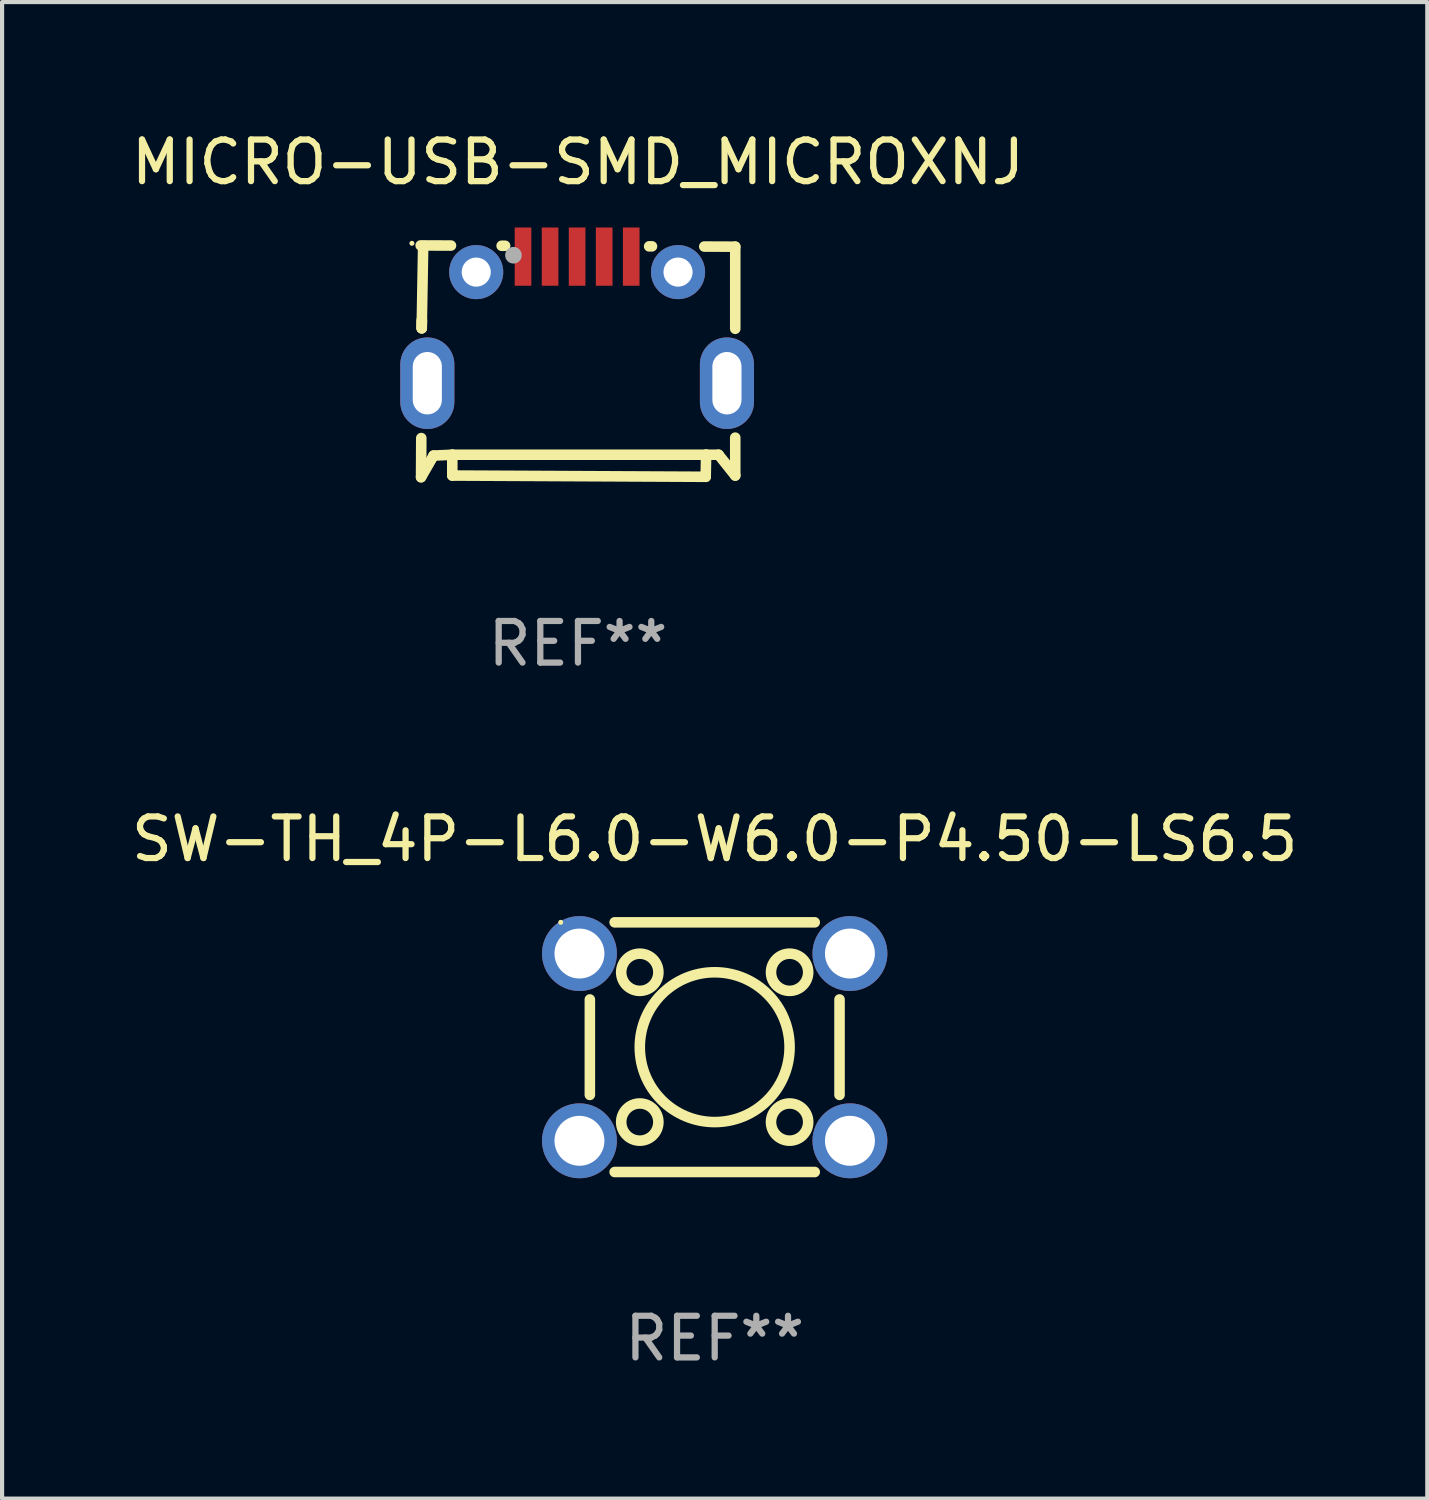
<source format=kicad_pcb>
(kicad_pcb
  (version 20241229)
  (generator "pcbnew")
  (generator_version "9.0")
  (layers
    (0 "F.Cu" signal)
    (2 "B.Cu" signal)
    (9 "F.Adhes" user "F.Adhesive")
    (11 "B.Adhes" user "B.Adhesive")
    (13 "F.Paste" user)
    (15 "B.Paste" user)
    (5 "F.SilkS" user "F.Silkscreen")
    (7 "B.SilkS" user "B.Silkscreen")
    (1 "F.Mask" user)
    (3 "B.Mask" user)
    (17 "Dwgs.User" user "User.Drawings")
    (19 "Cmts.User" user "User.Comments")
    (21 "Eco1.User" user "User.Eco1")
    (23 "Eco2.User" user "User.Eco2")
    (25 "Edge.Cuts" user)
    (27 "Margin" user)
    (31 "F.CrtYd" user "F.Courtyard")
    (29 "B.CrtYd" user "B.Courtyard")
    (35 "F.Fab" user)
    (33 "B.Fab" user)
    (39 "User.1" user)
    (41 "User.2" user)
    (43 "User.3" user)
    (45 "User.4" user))
  (footprint "SW-TH_4P-L6.0-W6.0-P4.50-LS6.5"
    (layer "F.Cu")
    (at 14.125 22.115)
    (property "Reference" "SW-TH_4P-L6.0-W6.0-P4.50-LS6.5" (at 0 -5 0) (layer "F.SilkS") (effects (font (size 1 1) (thickness 0.15))))
    (attr through_hole)
    (fp_line (start -3 1.147) (end -3 -1.147) (stroke (width 0.254) (type solid)) (layer "F.SilkS"))
    (fp_line (start -2.404 -3) (end 2.404 -3) (stroke (width 0.254) (type solid)) (layer "F.SilkS"))
    (fp_line (start 2.404 3) (end -2.404 3) (stroke (width 0.254) (type solid)) (layer "F.SilkS"))
    (fp_line (start 3 -1.147) (end 3 1.147) (stroke (width 0.254) (type solid)) (layer "F.SilkS"))
    (fp_circle (center -3.7 -3) (end -3.67 -3) (stroke (width 0.06) (type solid)) (fill no) (layer "F.SilkS"))
    (fp_circle (center -1.8 -1.8) (end -1.353 -1.8) (stroke (width 0.254) (type solid)) (fill no) (layer "F.SilkS"))
    (fp_circle (center -1.8 1.8) (end -1.353 1.8) (stroke (width 0.254) (type solid)) (fill no) (layer "F.SilkS"))
    (fp_circle (center 0 0) (end 1.8 0) (stroke (width 0.254) (type solid)) (fill no) (layer "F.SilkS"))
    (fp_circle (center 1.8 -1.8) (end 2.247 -1.8) (stroke (width 0.254) (type solid)) (fill no) (layer "F.SilkS"))
    (fp_circle (center 1.8 1.8) (end 2.247 1.8) (stroke (width 0.254) (type solid)) (fill no) (layer "F.SilkS"))
    (fp_text user "REF**" (at 0 7 0) (layer "F.Fab") (effects (font (size 1 1) (thickness 0.15))))
    (pad "1" thru_hole circle (at -3.25 -2.25) (size 1.8 1.8) (drill 1.2) (layers "*.Cu" "*.Mask"))
    (pad "2" thru_hole circle (at 3.25 -2.25) (size 1.8 1.8) (drill 1.2) (layers "*.Cu" "*.Mask"))
    (pad "3" thru_hole circle (at -3.25 2.25) (size 1.8 1.8) (drill 1.2) (layers "*.Cu" "*.Mask"))
    (pad "4" thru_hole circle (at 3.25 2.25) (size 1.8 1.8) (drill 1.2) (layers "*.Cu" "*.Mask")))
  (footprint "MICRO-USB-SMD_MICROXNJ"
    (layer "F.Cu")
    (at 10.819 4.638)
    (property "Reference" "MICRO-USB-SMD_MICROXNJ" (at 0.02 -3.79 0) (layer "F.SilkS") (effects (font (size 1 1) (thickness 0.15))))
    (attr through_hole)
    (fp_line (start -3.76 -1.79) (end -3.031 -1.787) (stroke (width 0.254) (type solid)) (layer "F.SilkS"))
    (fp_line (start -3.75 3.78) (end -3.745 2.84) (stroke (width 0.254) (type solid)) (layer "F.SilkS"))
    (fp_line (start -3.735 0.201) (end -3.731 -0.007) (stroke (width 0.254) (type solid)) (layer "F.SilkS"))
    (fp_line (start -3.735 0.201) (end -3.7 -1.76) (stroke (width 0.254) (type solid)) (layer "F.SilkS"))
    (fp_line (start -3.733 0.2) (end -3.732 0.026) (stroke (width 0.254) (type solid)) (layer "F.SilkS"))
    (fp_line (start -3.45 3.26) (end -3.75 3.78) (stroke (width 0.254) (type solid)) (layer "F.SilkS"))
    (fp_line (start -3 3.24) (end -3.45 3.26) (stroke (width 0.254) (type solid)) (layer "F.SilkS"))
    (fp_line (start -3 3.24) (end -3 3.74) (stroke (width 0.254) (type solid)) (layer "F.SilkS"))
    (fp_line (start -3 3.24) (end 3.1 3.24) (stroke (width 0.254) (type solid)) (layer "F.SilkS"))
    (fp_line (start -3 3.74) (end 3.09 3.77) (stroke (width 0.254) (type solid)) (layer "F.SilkS"))
    (fp_line (start -1.814 -1.782) (end -1.731 -1.782) (stroke (width 0.254) (type solid)) (layer "F.SilkS"))
    (fp_line (start 1.731 -1.768) (end 1.799 -1.768) (stroke (width 0.254) (type solid)) (layer "F.SilkS"))
    (fp_line (start 3.056 -1.763) (end 3.8 -1.76) (stroke (width 0.254) (type solid)) (layer "F.SilkS"))
    (fp_line (start 3.09 3.77) (end 3.1 3.24) (stroke (width 0.254) (type solid)) (layer "F.SilkS"))
    (fp_line (start 3.1 3.24) (end 3.4 3.24) (stroke (width 0.254) (type solid)) (layer "F.SilkS"))
    (fp_line (start 3.4 3.24) (end 3.8 3.74) (stroke (width 0.254) (type solid)) (layer "F.SilkS"))
    (fp_line (start 3.8 -1.76) (end 3.8 0.213) (stroke (width 0.254) (type solid)) (layer "F.SilkS"))
    (fp_line (start 3.8 3.74) (end 3.8 2.829) (stroke (width 0.254) (type solid)) (layer "F.SilkS"))
    (fp_circle (center -3.97 -1.841) (end -3.94 -1.841) (stroke (width 0.06) (type solid)) (fill no) (layer "F.SilkS"))
    (fp_circle (center -1.53 -1.554) (end -1.43 -1.554) (stroke (width 0.2) (type solid)) (fill no) (layer "F.Fab"))
    (fp_text user "REF**" (at 0.02 7.78 0) (layer "F.Fab") (effects (font (size 1 1) (thickness 0.15))))
    (pad "1" smd rect (at -1.3 -1.521 270) (size 1.4 0.4) (layers "F.Cu" "F.Mask" "F.Paste"))
    (pad "2" smd rect (at -0.65 -1.521 270) (size 1.4 0.4) (layers "F.Cu" "F.Mask" "F.Paste"))
    (pad "3" smd rect (at 0 -1.521 270) (size 1.4 0.4) (layers "F.Cu" "F.Mask" "F.Paste"))
    (pad "4" smd rect (at 0.65 -1.521 270) (size 1.4 0.4) (layers "F.Cu" "F.Mask" "F.Paste"))
    (pad "5" smd rect (at 1.3 -1.521 270) (size 1.4 0.4) (layers "F.Cu" "F.Mask" "F.Paste"))
    (pad "6" thru_hole circle (at 2.425 -1.149) (size 1.3 1.3) (drill 0.7) (layers "*.Cu" "*.Mask"))
    (pad "7" thru_hole oval (at 3.6 1.521) (size 1.3 2.2) (drill oval 0.7 1.5) (layers "*.Cu" "*.Mask"))
    (pad "8" thru_hole oval (at -3.6 1.521) (size 1.3 2.2) (drill oval 0.7 1.5) (layers "*.Cu" "*.Mask"))
    (pad "9" thru_hole circle (at -2.425 -1.149) (size 1.3 1.3) (drill 0.7) (layers "*.Cu" "*.Mask")))
  (gr_rect
    (start -3 -3)
    (end 31.25 32.963)
    (stroke (width 0.1) (type default))
    (fill no)
    (layer "Edge.Cuts")))
</source>
